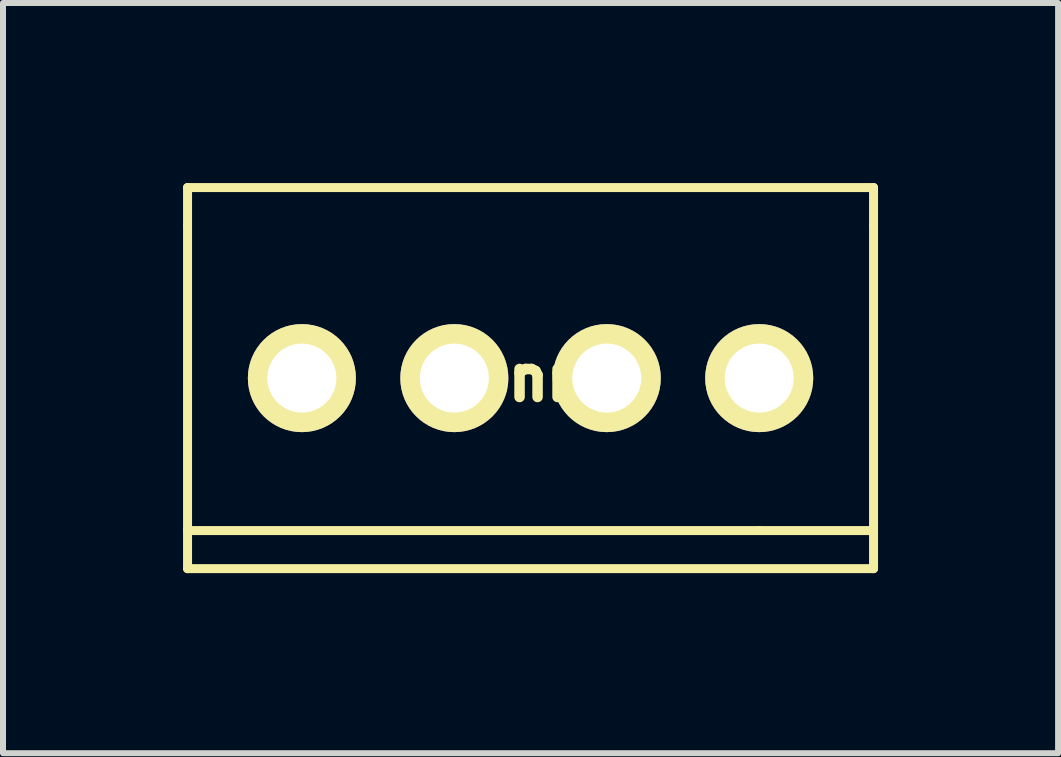
<source format=kicad_pcb>
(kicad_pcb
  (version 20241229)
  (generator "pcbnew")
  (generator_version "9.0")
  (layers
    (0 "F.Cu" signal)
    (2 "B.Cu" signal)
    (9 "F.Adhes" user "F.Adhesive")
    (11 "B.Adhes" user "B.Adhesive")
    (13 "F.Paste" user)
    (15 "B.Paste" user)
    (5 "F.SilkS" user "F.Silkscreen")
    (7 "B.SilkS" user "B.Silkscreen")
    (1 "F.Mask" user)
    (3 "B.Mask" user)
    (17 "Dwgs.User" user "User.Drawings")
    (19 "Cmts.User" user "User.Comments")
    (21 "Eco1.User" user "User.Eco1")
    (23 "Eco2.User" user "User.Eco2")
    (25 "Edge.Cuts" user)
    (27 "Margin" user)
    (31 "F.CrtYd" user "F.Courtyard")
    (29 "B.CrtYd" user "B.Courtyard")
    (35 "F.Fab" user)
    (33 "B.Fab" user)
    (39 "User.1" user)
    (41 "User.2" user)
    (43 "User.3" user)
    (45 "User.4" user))
  (footprint "conn4"
    (layer "F.Cu")
    (at 5.79 3.25)
    (property "Reference" "conn4" (at 0 0 0) (layer "F.SilkS") (effects (font (size 0.7 0.7) (thickness 0.175))))
    (attr through_hole)
    (fp_line (start -5.715 -3.175) (end -5.715 -2.54) (stroke (width 0.15) (type solid)) (layer "F.SilkS"))
    (fp_line (start -5.715 -2.54) (end -5.715 2.54) (stroke (width 0.15) (type solid)) (layer "F.SilkS"))
    (fp_line (start -5.715 2.54) (end -5.715 3.175) (stroke (width 0.15) (type solid)) (layer "F.SilkS"))
    (fp_line (start -5.715 2.54) (end 3.81 2.54) (stroke (width 0.15) (type solid)) (layer "F.SilkS"))
    (fp_line (start 3.81 2.54) (end 5.715 2.54) (stroke (width 0.15) (type solid)) (layer "F.SilkS"))
    (fp_line (start 5.715 -3.175) (end -5.715 -3.175) (stroke (width 0.15) (type solid)) (layer "F.SilkS"))
    (fp_line (start 5.715 -3.175) (end 5.715 -2.54) (stroke (width 0.15) (type solid)) (layer "F.SilkS"))
    (fp_line (start 5.715 -2.54) (end 5.715 2.54) (stroke (width 0.15) (type solid)) (layer "F.SilkS"))
    (fp_line (start 5.715 2.54) (end 5.715 3.175) (stroke (width 0.15) (type solid)) (layer "F.SilkS"))
    (fp_line (start 5.715 3.175) (end -5.715 3.175) (stroke (width 0.15) (type solid)) (layer "F.SilkS"))
    (pad "1" thru_hole circle (at 3.81 0) (size 1.8 1.8) (drill 1.15) (layers "*.Cu" "*.Mask" "F.SilkS"))
    (pad "2" thru_hole circle (at 1.27 0) (size 1.8 1.8) (drill 1.15) (layers "*.Cu" "*.Mask" "F.SilkS"))
    (pad "3" thru_hole circle (at -1.27 0) (size 1.8 1.8) (drill 1.15) (layers "*.Cu" "*.Mask" "F.SilkS"))
    (pad "4" thru_hole circle (at -3.81 0) (size 1.8 1.8) (drill 1.15) (layers "*.Cu" "*.Mask" "F.SilkS")))
  (gr_rect
    (start -3 -3)
    (end 14.58 9.5)
    (stroke (width 0.1) (type default))
    (fill no)
    (layer "Edge.Cuts")))
</source>
